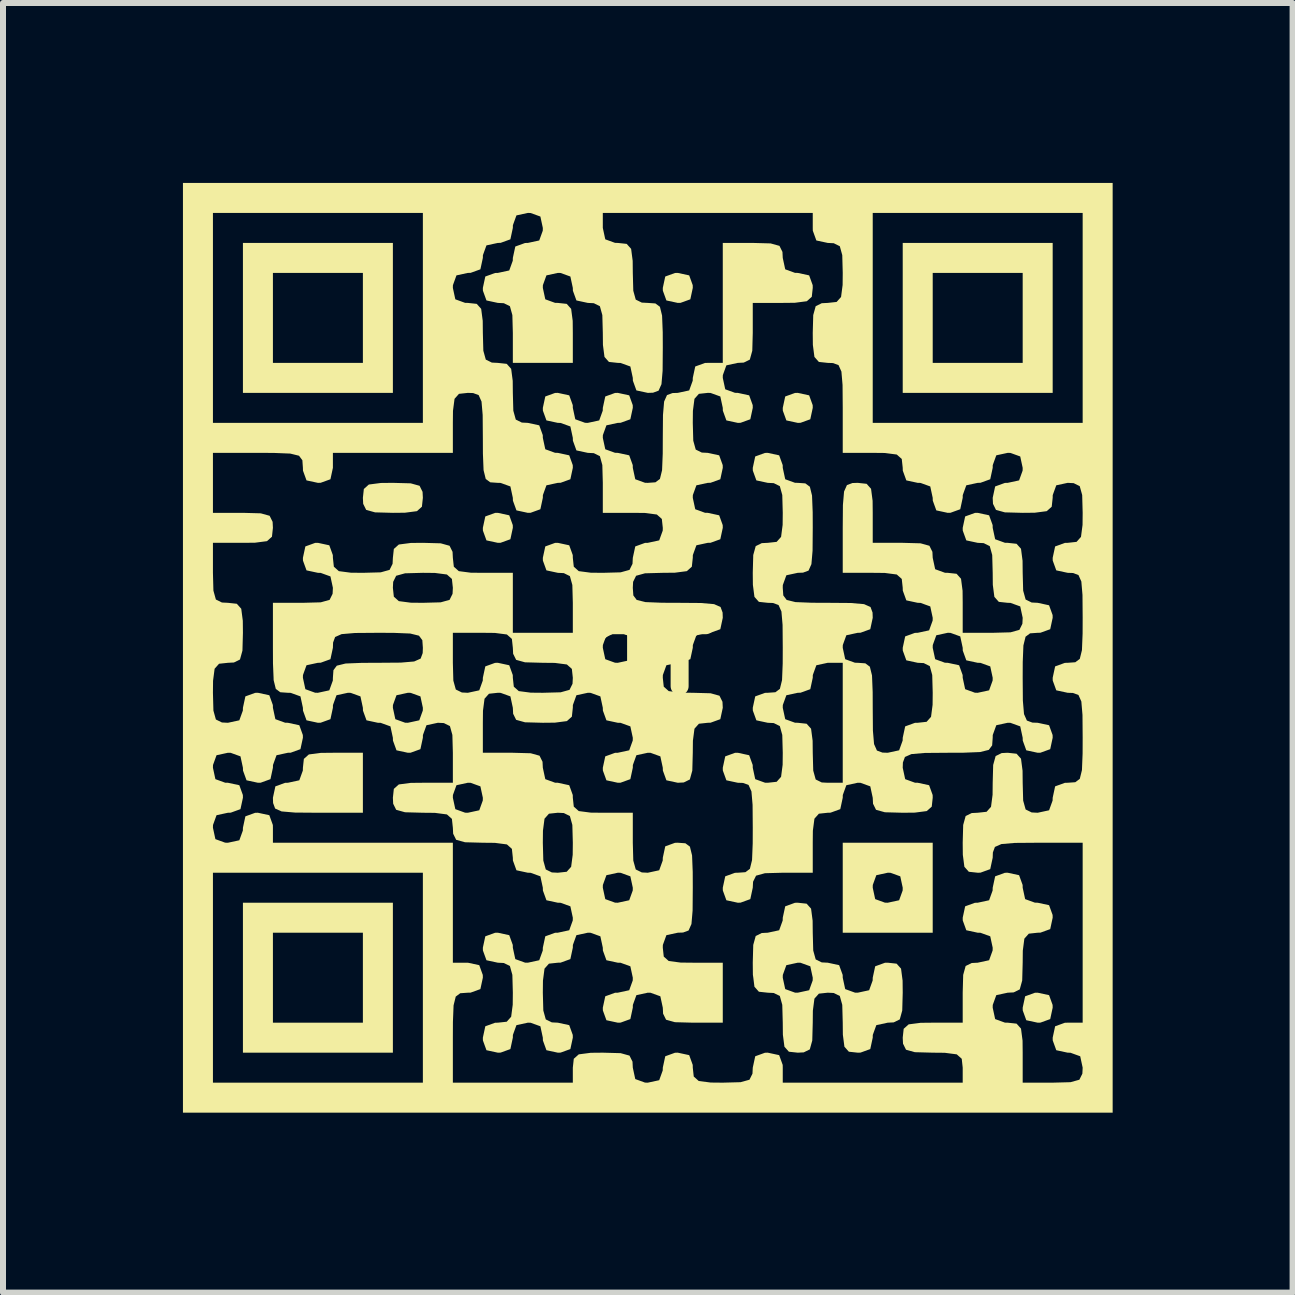
<source format=kicad_pcb>
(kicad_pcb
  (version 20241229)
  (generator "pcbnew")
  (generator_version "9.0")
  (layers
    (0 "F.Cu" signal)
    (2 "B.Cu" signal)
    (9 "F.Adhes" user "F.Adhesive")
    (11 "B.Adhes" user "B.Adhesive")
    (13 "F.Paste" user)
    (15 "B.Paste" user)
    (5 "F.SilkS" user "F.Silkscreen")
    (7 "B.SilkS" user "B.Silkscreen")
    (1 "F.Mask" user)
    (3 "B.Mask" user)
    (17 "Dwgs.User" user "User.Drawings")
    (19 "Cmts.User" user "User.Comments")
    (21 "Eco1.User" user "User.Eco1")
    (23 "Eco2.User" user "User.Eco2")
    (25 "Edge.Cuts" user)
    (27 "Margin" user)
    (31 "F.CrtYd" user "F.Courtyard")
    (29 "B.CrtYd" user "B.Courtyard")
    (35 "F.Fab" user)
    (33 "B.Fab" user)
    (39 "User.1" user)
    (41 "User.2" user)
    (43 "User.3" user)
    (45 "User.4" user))
  (footprint "qr"
    (layer "F.Cu")
    (at 7.7 7.7)
    (property "Reference" "qr" (at 0 0 0) (layer "F.SilkS") (effects (font (size 1.524 1.524) (thickness 0.3))))
    (attr board_only exclude_from_pos_files exclude_from_bom)
    (fp_poly (pts (xy -4.2 -4.2) (xy -6.7 -4.2) (xy -6.7 -4.7) (xy -6.2 -4.7) (xy -4.7 -4.7) (xy -4.7 -6.2) (xy -6.2 -6.2) (xy -6.2 -4.7) (xy -6.7 -4.7) (xy -6.7 -6.7) (xy -4.2 -6.7)) (stroke (width 0) (type solid)) (fill yes) (layer "F.SilkS"))
    (fp_poly (pts (xy -4.2 6.8) (xy -6.7 6.8) (xy -6.7 6.3) (xy -6.2 6.3) (xy -4.7 6.3) (xy -4.7 4.8) (xy -6.2 4.8) (xy -6.2 6.3) (xy -6.7 6.3) (xy -6.7 4.3) (xy -4.2 4.3)) (stroke (width 0) (type solid)) (fill yes) (layer "F.SilkS"))
    (fp_poly (pts (xy 6.8 -4.2) (xy 4.3 -4.2) (xy 4.3 -4.7) (xy 4.8 -4.7) (xy 6.3 -4.7) (xy 6.3 -6.2) (xy 4.8 -6.2) (xy 4.8 -4.7) (xy 4.3 -4.7) (xy 4.3 -6.7) (xy 6.8 -6.7)) (stroke (width 0) (type solid)) (fill yes) (layer "F.SilkS"))
    (fp_poly (pts (xy -2.26 -2.159) (xy -2.201 -1.996) (xy -2.2 -1.95) (xy -2.241 -1.76) (xy -2.404 -1.701) (xy -2.45 -1.7) (xy -2.64 -1.741) (xy -2.699 -1.904) (xy -2.7 -1.95) (xy -2.659 -2.14) (xy -2.496 -2.199) (xy -2.45 -2.2)) (stroke (width 0) (type solid)) (fill yes) (layer "F.SilkS"))
    (fp_poly (pts (xy 0.74 -6.159) (xy 0.799 -5.996) (xy 0.8 -5.95) (xy 0.759 -5.76) (xy 0.596 -5.701) (xy 0.55 -5.7) (xy 0.36 -5.741) (xy 0.301 -5.904) (xy 0.3 -5.95) (xy 0.341 -6.14) (xy 0.504 -6.199) (xy 0.55 -6.2)) (stroke (width 0) (type solid)) (fill yes) (layer "F.SilkS"))
    (fp_poly (pts (xy 2.74 -4.159) (xy 2.799 -3.996) (xy 2.8 -3.95) (xy 2.759 -3.76) (xy 2.596 -3.701) (xy 2.55 -3.7) (xy 2.36 -3.741) (xy 2.301 -3.904) (xy 2.3 -3.95) (xy 2.341 -4.14) (xy 2.504 -4.199) (xy 2.55 -4.2)) (stroke (width 0) (type solid)) (fill yes) (layer "F.SilkS"))
    (fp_poly (pts (xy 6.74 5.841) (xy 6.799 6.004) (xy 6.8 6.05) (xy 6.759 6.24) (xy 6.596 6.299) (xy 6.55 6.3) (xy 6.36 6.259) (xy 6.301 6.096) (xy 6.3 6.05) (xy 6.341 5.86) (xy 6.504 5.801) (xy 6.55 5.8)) (stroke (width 0) (type solid)) (fill yes) (layer "F.SilkS"))
    (fp_poly (pts (xy -3.903 -2.692) (xy -3.755 -2.651) (xy -3.705 -2.55) (xy -3.7 -2.45) (xy -3.716 -2.302) (xy -3.799 -2.228) (xy -3.999 -2.202) (xy -4.2 -2.2) (xy -4.497 -2.208) (xy -4.645 -2.249) (xy -4.695 -2.35) (xy -4.7 -2.45) (xy -4.684 -2.598) (xy -4.601 -2.672) (xy -4.401 -2.698) (xy -4.2 -2.7)) (stroke (width 0) (type solid)) (fill yes) (layer "F.SilkS"))
    (fp_poly (pts (xy -4.7 2.8) (xy -5.45 2.8) (xy -5.831 2.797) (xy -6.055 2.778) (xy -6.163 2.73) (xy -6.197 2.638) (xy -6.2 2.55) (xy -6.159 2.36) (xy -5.996 2.301) (xy -5.95 2.3) (xy -5.76 2.259) (xy -5.701 2.096) (xy -5.7 2.05) (xy -5.684 1.902) (xy -5.601 1.828) (xy -5.401 1.802) (xy -5.2 1.8) (xy -4.7 1.8)) (stroke (width 0) (type solid)) (fill yes) (layer "F.SilkS"))
    (fp_poly (pts (xy 4.8 4.8) (xy 3.3 4.8) (xy 3.3 4.05) (xy 3.8 4.05) (xy 3.841 4.24) (xy 4.004 4.299) (xy 4.05 4.3) (xy 4.24 4.259) (xy 4.299 4.096) (xy 4.3 4.05) (xy 4.259 3.86) (xy 4.096 3.801) (xy 4.05 3.8) (xy 3.86 3.841) (xy 3.801 4.004) (xy 3.8 4.05) (xy 3.3 4.05) (xy 3.3 3.3) (xy 4.8 3.3)) (stroke (width 0) (type solid)) (fill yes) (layer "F.SilkS"))
    (fp_poly (pts (xy 2.698 4.316) (xy 2.772 4.399) (xy 2.798 4.599) (xy 2.8 4.8) (xy 2.808 5.097) (xy 2.849 5.245) (xy 2.95 5.295) (xy 3.05 5.3) (xy 3.24 5.341) (xy 3.299 5.504) (xy 3.3 5.55) (xy 3.341 5.74) (xy 3.504 5.799) (xy 3.55 5.8) (xy 3.74 5.759) (xy 3.799 5.596) (xy 3.8 5.55) (xy 3.841 5.36) (xy 4.004 5.301) (xy 4.05 5.3) (xy 4.198 5.316) (xy 4.272 5.399) (xy 4.298 5.599) (xy 4.3 5.8) (xy 4.292 6.097) (xy 4.251 6.245) (xy 4.15 6.295) (xy 4.05 6.3) (xy 3.86 6.341) (xy 3.801 6.504) (xy 3.8 6.55) (xy 3.759 6.74) (xy 3.596 6.799) (xy 3.55 6.8) (xy 3.402 6.784) (xy 3.328 6.701) (xy 3.302 6.501) (xy 3.3 6.3) (xy 3.292 6.003) (xy 3.251 5.855) (xy 3.15 5.805) (xy 3.05 5.8) (xy 2.902 5.816) (xy 2.828 5.899) (xy 2.802 6.099) (xy 2.8 6.3) (xy 2.792 6.597) (xy 2.751 6.745) (xy 2.65 6.795) (xy 2.55 6.8) (xy 2.402 6.784) (xy 2.328 6.701) (xy 2.302 6.501) (xy 2.3 6.3) (xy 2.292 6.003) (xy 2.251 5.855) (xy 2.15 5.805) (xy 2.05 5.8) (xy 1.902 5.784) (xy 1.828 5.701) (xy 1.809 5.55) (xy 2.3 5.55) (xy 2.341 5.74) (xy 2.504 5.799) (xy 2.55 5.8) (xy 2.74 5.759) (xy 2.799 5.596) (xy 2.8 5.55) (xy 2.759 5.36) (xy 2.596 5.301) (xy 2.55 5.3) (xy 2.36 5.341) (xy 2.301 5.504) (xy 2.3 5.55) (xy 1.809 5.55) (xy 1.802 5.501) (xy 1.8 5.3) (xy 1.808 5.003) (xy 1.849 4.855) (xy 1.95 4.805) (xy 2.05 4.8) (xy 2.24 4.759) (xy 2.299 4.596) (xy 2.3 4.55) (xy 2.341 4.36) (xy 2.504 4.301) (xy 2.55 4.3)) (stroke (width 0) (type solid)) (fill yes) (layer "F.SilkS"))
    (fp_poly (pts (xy 2.24 -3.159) (xy 2.299 -2.996) (xy 2.3 -2.95) (xy 2.341 -2.76) (xy 2.504 -2.701) (xy 2.55 -2.7) (xy 2.677 -2.691) (xy 2.752 -2.635) (xy 2.788 -2.489) (xy 2.799 -2.213) (xy 2.8 -1.95) (xy 2.797 -1.569) (xy 2.778 -1.345) (xy 2.73 -1.237) (xy 2.638 -1.203) (xy 2.55 -1.2) (xy 2.36 -1.159) (xy 2.301 -0.996) (xy 2.3 -0.95) (xy 2.309 -0.823) (xy 2.365 -0.748) (xy 2.511 -0.712) (xy 2.787 -0.701) (xy 3.05 -0.7) (xy 3.431 -0.697) (xy 3.655 -0.678) (xy 3.763 -0.63) (xy 3.797 -0.538) (xy 3.8 -0.45) (xy 3.759 -0.26) (xy 3.596 -0.201) (xy 3.55 -0.2) (xy 3.36 -0.159) (xy 3.301 0.004) (xy 3.3 0.05) (xy 3.341 0.24) (xy 3.504 0.299) (xy 3.55 0.3) (xy 3.677 0.309) (xy 3.752 0.365) (xy 3.788 0.511) (xy 3.799 0.787) (xy 3.8 1.05) (xy 3.803 1.431) (xy 3.822 1.655) (xy 3.87 1.763) (xy 3.962 1.797) (xy 4.05 1.8) (xy 4.24 1.759) (xy 4.299 1.596) (xy 4.3 1.55) (xy 4.341 1.36) (xy 4.504 1.301) (xy 4.55 1.3) (xy 4.698 1.284) (xy 4.772 1.201) (xy 4.798 1.001) (xy 4.8 0.8) (xy 4.792 0.503) (xy 4.751 0.355) (xy 4.65 0.305) (xy 4.55 0.3) (xy 4.36 0.259) (xy 4.301 0.096) (xy 4.3 0.05) (xy 4.8 0.05) (xy 4.841 0.24) (xy 5.004 0.299) (xy 5.05 0.3) (xy 5.24 0.341) (xy 5.299 0.504) (xy 5.3 0.55) (xy 5.341 0.74) (xy 5.504 0.799) (xy 5.55 0.8) (xy 5.74 0.759) (xy 5.799 0.596) (xy 5.8 0.55) (xy 5.759 0.36) (xy 5.596 0.301) (xy 5.55 0.3) (xy 5.36 0.259) (xy 5.301 0.096) (xy 5.3 0.05) (xy 5.259 -0.14) (xy 5.096 -0.199) (xy 5.05 -0.2) (xy 4.86 -0.159) (xy 4.801 0.004) (xy 4.8 0.05) (xy 4.3 0.05) (xy 4.341 -0.14) (xy 4.504 -0.199) (xy 4.55 -0.2) (xy 4.74 -0.241) (xy 4.799 -0.404) (xy 4.8 -0.45) (xy 4.759 -0.64) (xy 4.596 -0.699) (xy 4.55 -0.7) (xy 4.36 -0.741) (xy 4.301 -0.904) (xy 4.3 -0.95) (xy 4.284 -1.098) (xy 4.201 -1.172) (xy 4.001 -1.198) (xy 3.8 -1.2) (xy 3.3 -1.2) (xy 3.3 -1.95) (xy 3.303 -2.331) (xy 3.322 -2.555) (xy 3.37 -2.663) (xy 3.462 -2.697) (xy 3.55 -2.7) (xy 3.698 -2.684) (xy 3.772 -2.601) (xy 3.798 -2.401) (xy 3.8 -2.2) (xy 3.8 -1.7) (xy 4.3 -1.7) (xy 4.597 -1.692) (xy 4.745 -1.651) (xy 4.795 -1.55) (xy 4.8 -1.45) (xy 4.841 -1.26) (xy 5.004 -1.201) (xy 5.05 -1.2) (xy 5.198 -1.184) (xy 5.272 -1.101) (xy 5.298 -0.901) (xy 5.3 -0.7) (xy 5.3 -0.2) (xy 5.8 -0.2) (xy 6.097 -0.208) (xy 6.245 -0.249) (xy 6.295 -0.35) (xy 6.3 -0.45) (xy 6.259 -0.64) (xy 6.096 -0.699) (xy 6.05 -0.7) (xy 5.902 -0.716) (xy 5.828 -0.799) (xy 5.802 -0.999) (xy 5.8 -1.2) (xy 5.792 -1.497) (xy 5.751 -1.645) (xy 5.65 -1.695) (xy 5.55 -1.7) (xy 5.36 -1.741) (xy 5.301 -1.904) (xy 5.3 -1.95) (xy 5.341 -2.14) (xy 5.504 -2.199) (xy 5.55 -2.2) (xy 5.74 -2.159) (xy 5.799 -1.996) (xy 5.8 -1.95) (xy 5.841 -1.76) (xy 6.004 -1.701) (xy 6.05 -1.7) (xy 6.198 -1.684) (xy 6.272 -1.601) (xy 6.298 -1.401) (xy 6.3 -1.2) (xy 6.308 -0.903) (xy 6.349 -0.755) (xy 6.45 -0.705) (xy 6.55 -0.7) (xy 6.74 -0.659) (xy 6.799 -0.496) (xy 6.8 -0.45) (xy 6.759 -0.26) (xy 6.596 -0.201) (xy 6.55 -0.2) (xy 6.423 -0.191) (xy 6.348 -0.135) (xy 6.312 0.011) (xy 6.301 0.287) (xy 6.3 0.55) (xy 6.303 0.931) (xy 6.322 1.155) (xy 6.37 1.263) (xy 6.462 1.297) (xy 6.55 1.3) (xy 6.74 1.341) (xy 6.799 1.504) (xy 6.8 1.55) (xy 6.759 1.74) (xy 6.596 1.799) (xy 6.55 1.8) (xy 6.36 1.759) (xy 6.301 1.596) (xy 6.3 1.55) (xy 6.259 1.36) (xy 6.096 1.301) (xy 6.05 1.3) (xy 5.86 1.341) (xy 5.801 1.504) (xy 5.8 1.55) (xy 5.791 1.677) (xy 5.735 1.752) (xy 5.589 1.788) (xy 5.313 1.799) (xy 5.05 1.8) (xy 4.669 1.803) (xy 4.445 1.822) (xy 4.337 1.87) (xy 4.303 1.962) (xy 4.3 2.05) (xy 4.341 2.24) (xy 4.504 2.299) (xy 4.55 2.3) (xy 4.74 2.341) (xy 4.799 2.504) (xy 4.8 2.55) (xy 4.784 2.698) (xy 4.701 2.772) (xy 4.501 2.798) (xy 4.3 2.8) (xy 4.003 2.792) (xy 3.855 2.751) (xy 3.805 2.65) (xy 3.8 2.55) (xy 3.759 2.36) (xy 3.596 2.301) (xy 3.55 2.3) (xy 3.36 2.341) (xy 3.301 2.504) (xy 3.3 2.55) (xy 3.259 2.74) (xy 3.096 2.799) (xy 3.05 2.8) (xy 2.902 2.816) (xy 2.828 2.899) (xy 2.802 3.099) (xy 2.8 3.3) (xy 2.8 3.8) (xy 2.3 3.8) (xy 2.003 3.808) (xy 1.855 3.849) (xy 1.805 3.95) (xy 1.8 4.05) (xy 1.759 4.24) (xy 1.596 4.299) (xy 1.55 4.3) (xy 1.36 4.259) (xy 1.301 4.096) (xy 1.3 4.05) (xy 1.341 3.86) (xy 1.504 3.801) (xy 1.55 3.8) (xy 1.677 3.791) (xy 1.752 3.735) (xy 1.788 3.589) (xy 1.799 3.313) (xy 1.8 3.05) (xy 1.797 2.669) (xy 1.778 2.445) (xy 1.73 2.337) (xy 1.638 2.303) (xy 1.55 2.3) (xy 1.36 2.259) (xy 1.301 2.096) (xy 1.3 2.05) (xy 1.341 1.86) (xy 1.504 1.801) (xy 1.55 1.8) (xy 1.74 1.841) (xy 1.799 2.004) (xy 1.8 2.05) (xy 1.841 2.24) (xy 2.004 2.299) (xy 2.05 2.3) (xy 2.198 2.284) (xy 2.272 2.201) (xy 2.298 2.001) (xy 2.3 1.8) (xy 2.292 1.503) (xy 2.251 1.355) (xy 2.15 1.305) (xy 2.05 1.3) (xy 1.86 1.259) (xy 1.801 1.096) (xy 1.8 1.05) (xy 2.3 1.05) (xy 2.341 1.24) (xy 2.504 1.299) (xy 2.55 1.3) (xy 2.698 1.316) (xy 2.772 1.399) (xy 2.798 1.599) (xy 2.8 1.8) (xy 2.808 2.097) (xy 2.849 2.245) (xy 2.95 2.295) (xy 3.05 2.3) (xy 3.3 2.3) (xy 3.3 0.3) (xy 3.05 0.3) (xy 2.86 0.341) (xy 2.801 0.504) (xy 2.8 0.55) (xy 2.759 0.74) (xy 2.596 0.799) (xy 2.55 0.8) (xy 2.36 0.841) (xy 2.301 1.004) (xy 2.3 1.05) (xy 1.8 1.05) (xy 1.841 0.86) (xy 2.004 0.801) (xy 2.05 0.8) (xy 2.177 0.791) (xy 2.252 0.735) (xy 2.288 0.589) (xy 2.299 0.313) (xy 2.3 0.05) (xy 2.297 -0.331) (xy 2.278 -0.555) (xy 2.23 -0.663) (xy 2.138 -0.697) (xy 2.05 -0.7) (xy 1.902 -0.716) (xy 1.828 -0.799) (xy 1.802 -0.999) (xy 1.8 -1.2) (xy 1.808 -1.497) (xy 1.849 -1.645) (xy 1.95 -1.695) (xy 2.05 -1.7) (xy 2.198 -1.716) (xy 2.272 -1.799) (xy 2.298 -1.999) (xy 2.3 -2.2) (xy 2.292 -2.497) (xy 2.251 -2.645) (xy 2.15 -2.695) (xy 2.05 -2.7) (xy 1.86 -2.741) (xy 1.801 -2.904) (xy 1.8 -2.95) (xy 1.841 -3.14) (xy 2.004 -3.199) (xy 2.05 -3.2)) (stroke (width 0) (type solid)) (fill yes) (layer "F.SilkS"))
    (fp_poly (pts (xy 7.8 7.8) (xy -7.7 7.8) (xy -7.7 7.3) (xy -7.2 7.3) (xy -3.7 7.3) (xy -3.7 3.8) (xy -7.2 3.8) (xy -7.2 7.3) (xy -7.7 7.3) (xy -7.7 3.05) (xy -7.2 3.05) (xy -7.159 3.24) (xy -6.996 3.299) (xy -6.95 3.3) (xy -6.76 3.259) (xy -6.701 3.096) (xy -6.7 3.05) (xy -6.659 2.86) (xy -6.496 2.801) (xy -6.45 2.8) (xy -6.26 2.841) (xy -6.201 3.004) (xy -6.2 3.05) (xy -6.2 3.3) (xy -3.2 3.3) (xy -3.2 5.3) (xy -2.95 5.3) (xy -2.76 5.341) (xy -2.701 5.504) (xy -2.7 5.55) (xy -2.741 5.74) (xy -2.904 5.799) (xy -2.95 5.8) (xy -3.077 5.809) (xy -3.152 5.865) (xy -3.188 6.011) (xy -3.199 6.287) (xy -3.2 6.55) (xy -3.2 7.3) (xy -1.2 7.3) (xy -1.2 7.05) (xy -1.184 6.902) (xy -1.101 6.828) (xy -0.901 6.802) (xy -0.7 6.8) (xy -0.403 6.808) (xy -0.255 6.849) (xy -0.205 6.95) (xy -0.2 7.05) (xy -0.159 7.24) (xy 0.004 7.299) (xy 0.05 7.3) (xy 0.24 7.259) (xy 0.299 7.096) (xy 0.3 7.05) (xy 0.341 6.86) (xy 0.504 6.801) (xy 0.55 6.8) (xy 0.74 6.841) (xy 0.799 7.004) (xy 0.8 7.05) (xy 0.816 7.198) (xy 0.899 7.272) (xy 1.099 7.298) (xy 1.3 7.3) (xy 1.597 7.292) (xy 1.745 7.251) (xy 1.795 7.15) (xy 1.8 7.05) (xy 1.841 6.86) (xy 2.004 6.801) (xy 2.05 6.8) (xy 2.24 6.841) (xy 2.299 7.004) (xy 2.3 7.05) (xy 2.3 7.3) (xy 5.3 7.3) (xy 5.3 7.05) (xy 5.284 6.902) (xy 5.201 6.828) (xy 5.001 6.802) (xy 4.8 6.8) (xy 4.503 6.792) (xy 4.355 6.751) (xy 4.305 6.65) (xy 4.3 6.55) (xy 4.316 6.402) (xy 4.399 6.328) (xy 4.599 6.302) (xy 4.8 6.3) (xy 5.3 6.3) (xy 5.3 5.8) (xy 5.308 5.503) (xy 5.349 5.355) (xy 5.45 5.305) (xy 5.55 5.3) (xy 5.74 5.259) (xy 5.799 5.096) (xy 5.8 5.05) (xy 5.759 4.86) (xy 5.596 4.801) (xy 5.55 4.8) (xy 5.36 4.759) (xy 5.301 4.596) (xy 5.3 4.55) (xy 5.341 4.36) (xy 5.504 4.301) (xy 5.55 4.3) (xy 5.74 4.259) (xy 5.799 4.096) (xy 5.8 4.05) (xy 5.841 3.86) (xy 6.004 3.801) (xy 6.05 3.8) (xy 6.24 3.841) (xy 6.299 4.004) (xy 6.3 4.05) (xy 6.341 4.24) (xy 6.504 4.299) (xy 6.55 4.3) (xy 6.74 4.341) (xy 6.799 4.504) (xy 6.8 4.55) (xy 6.759 4.74) (xy 6.596 4.799) (xy 6.55 4.8) (xy 6.402 4.816) (xy 6.328 4.899) (xy 6.302 5.099) (xy 6.3 5.3) (xy 6.292 5.597) (xy 6.251 5.745) (xy 6.15 5.795) (xy 6.05 5.8) (xy 5.86 5.841) (xy 5.801 6.004) (xy 5.8 6.05) (xy 5.841 6.24) (xy 6.004 6.299) (xy 6.05 6.3) (xy 6.198 6.316) (xy 6.272 6.399) (xy 6.298 6.599) (xy 6.3 6.8) (xy 6.3 7.3) (xy 6.8 7.3) (xy 7.097 7.292) (xy 7.245 7.251) (xy 7.295 7.15) (xy 7.3 7.05) (xy 7.259 6.86) (xy 7.096 6.801) (xy 7.05 6.8) (xy 6.86 6.759) (xy 6.801 6.596) (xy 6.8 6.55) (xy 6.841 6.36) (xy 7.004 6.301) (xy 7.05 6.3) (xy 7.3 6.3) (xy 7.3 3.3) (xy 6.55 3.3) (xy 6.169 3.303) (xy 5.945 3.322) (xy 5.837 3.37) (xy 5.803 3.462) (xy 5.8 3.55) (xy 5.759 3.74) (xy 5.596 3.799) (xy 5.55 3.8) (xy 5.402 3.784) (xy 5.328 3.701) (xy 5.302 3.501) (xy 5.3 3.3) (xy 5.308 3.003) (xy 5.349 2.855) (xy 5.45 2.805) (xy 5.55 2.8) (xy 5.698 2.784) (xy 5.772 2.701) (xy 5.798 2.501) (xy 5.8 2.3) (xy 5.808 2.003) (xy 5.849 1.855) (xy 5.95 1.805) (xy 6.05 1.8) (xy 6.198 1.816) (xy 6.272 1.899) (xy 6.298 2.099) (xy 6.3 2.3) (xy 6.308 2.597) (xy 6.349 2.745) (xy 6.45 2.795) (xy 6.55 2.8) (xy 6.74 2.759) (xy 6.799 2.596) (xy 6.8 2.55) (xy 6.841 2.36) (xy 7.004 2.301) (xy 7.05 2.3) (xy 7.177 2.291) (xy 7.252 2.235) (xy 7.288 2.089) (xy 7.299 1.813) (xy 7.3 1.55) (xy 7.297 1.169) (xy 7.278 0.945) (xy 7.23 0.837) (xy 7.138 0.803) (xy 7.05 0.8) (xy 6.86 0.759) (xy 6.801 0.596) (xy 6.8 0.55) (xy 6.841 0.36) (xy 7.004 0.301) (xy 7.05 0.3) (xy 7.177 0.291) (xy 7.252 0.235) (xy 7.288 0.089) (xy 7.299 -0.187) (xy 7.3 -0.45) (xy 7.297 -0.831) (xy 7.278 -1.055) (xy 7.23 -1.163) (xy 7.138 -1.197) (xy 7.05 -1.2) (xy 6.86 -1.241) (xy 6.801 -1.404) (xy 6.8 -1.45) (xy 6.841 -1.64) (xy 7.004 -1.699) (xy 7.05 -1.7) (xy 7.198 -1.716) (xy 7.272 -1.799) (xy 7.298 -1.999) (xy 7.3 -2.2) (xy 7.292 -2.497) (xy 7.251 -2.645) (xy 7.15 -2.695) (xy 7.05 -2.7) (xy 6.86 -2.659) (xy 6.801 -2.496) (xy 6.8 -2.45) (xy 6.784 -2.302) (xy 6.701 -2.228) (xy 6.501 -2.202) (xy 6.3 -2.2) (xy 6.003 -2.208) (xy 5.855 -2.249) (xy 5.805 -2.35) (xy 5.8 -2.45) (xy 5.841 -2.64) (xy 6.004 -2.699) (xy 6.05 -2.7) (xy 6.24 -2.741) (xy 6.299 -2.904) (xy 6.3 -2.95) (xy 6.259 -3.14) (xy 6.096 -3.199) (xy 6.05 -3.2) (xy 5.86 -3.159) (xy 5.801 -2.996) (xy 5.8 -2.95) (xy 5.759 -2.76) (xy 5.596 -2.701) (xy 5.55 -2.7) (xy 5.36 -2.659) (xy 5.301 -2.496) (xy 5.3 -2.45) (xy 5.259 -2.26) (xy 5.096 -2.201) (xy 5.05 -2.2) (xy 4.86 -2.241) (xy 4.801 -2.404) (xy 4.8 -2.45) (xy 4.759 -2.64) (xy 4.596 -2.699) (xy 4.55 -2.7) (xy 4.36 -2.741) (xy 4.301 -2.904) (xy 4.3 -2.95) (xy 4.284 -3.098) (xy 4.201 -3.172) (xy 4.001 -3.198) (xy 3.8 -3.2) (xy 3.3 -3.2) (xy 3.3 -3.7) (xy 3.8 -3.7) (xy 7.3 -3.7) (xy 7.3 -7.2) (xy 3.8 -7.2) (xy 3.8 -3.7) (xy 3.3 -3.7) (xy 3.3 -3.95) (xy 3.297 -4.331) (xy 3.278 -4.555) (xy 3.23 -4.663) (xy 3.138 -4.697) (xy 3.05 -4.7) (xy 2.902 -4.716) (xy 2.828 -4.799) (xy 2.802 -4.999) (xy 2.8 -5.2) (xy 2.808 -5.497) (xy 2.849 -5.645) (xy 2.95 -5.695) (xy 3.05 -5.7) (xy 3.198 -5.716) (xy 3.272 -5.799) (xy 3.298 -5.999) (xy 3.3 -6.2) (xy 3.292 -6.497) (xy 3.251 -6.645) (xy 3.15 -6.695) (xy 3.05 -6.7) (xy 2.86 -6.741) (xy 2.801 -6.904) (xy 2.8 -6.95) (xy 2.8 -7.2) (xy -0.7 -7.2) (xy -0.7 -6.95) (xy -0.659 -6.76) (xy -0.496 -6.701) (xy -0.45 -6.7) (xy -0.302 -6.684) (xy -0.228 -6.601) (xy -0.202 -6.401) (xy -0.2 -6.2) (xy -0.192 -5.903) (xy -0.151 -5.755) (xy -0.05 -5.705) (xy 0.05 -5.7) (xy 0.177 -5.691) (xy 0.252 -5.635) (xy 0.288 -5.489) (xy 0.299 -5.213) (xy 0.3 -4.95) (xy 0.297 -4.569) (xy 0.278 -4.345) (xy 0.23 -4.237) (xy 0.138 -4.203) (xy 0.05 -4.2) (xy -0.14 -4.241) (xy -0.199 -4.404) (xy -0.2 -4.45) (xy -0.241 -4.64) (xy -0.404 -4.699) (xy -0.45 -4.7) (xy -0.598 -4.716) (xy -0.672 -4.799) (xy -0.698 -4.999) (xy -0.7 -5.2) (xy -0.708 -5.497) (xy -0.749 -5.645) (xy -0.85 -5.695) (xy -0.95 -5.7) (xy -1.14 -5.741) (xy -1.199 -5.904) (xy -1.2 -5.95) (xy -1.241 -6.14) (xy -1.404 -6.199) (xy -1.45 -6.2) (xy -1.64 -6.159) (xy -1.699 -5.996) (xy -1.7 -5.95) (xy -1.659 -5.76) (xy -1.496 -5.701) (xy -1.45 -5.7) (xy -1.302 -5.684) (xy -1.228 -5.601) (xy -1.202 -5.401) (xy -1.2 -5.2) (xy -1.2 -4.7) (xy -2.2 -4.7) (xy -2.2 -5.2) (xy -2.208 -5.497) (xy -2.249 -5.645) (xy -2.35 -5.695) (xy -2.45 -5.7) (xy -2.64 -5.741) (xy -2.699 -5.904) (xy -2.7 -5.95) (xy -2.659 -6.14) (xy -2.496 -6.199) (xy -2.45 -6.2) (xy -2.26 -6.241) (xy -2.201 -6.404) (xy -2.2 -6.45) (xy -2.159 -6.64) (xy -1.996 -6.699) (xy -1.95 -6.7) (xy -1.76 -6.741) (xy -1.701 -6.904) (xy -1.7 -6.95) (xy -1.741 -7.14) (xy -1.904 -7.199) (xy -1.95 -7.2) (xy -2.14 -7.159) (xy -2.199 -6.996) (xy -2.2 -6.95) (xy -2.241 -6.76) (xy -2.404 -6.701) (xy -2.45 -6.7) (xy -2.64 -6.659) (xy -2.699 -6.496) (xy -2.7 -6.45) (xy -2.741 -6.26) (xy -2.904 -6.201) (xy -2.95 -6.2) (xy -3.14 -6.159) (xy -3.199 -5.996) (xy -3.2 -5.95) (xy -3.159 -5.76) (xy -2.996 -5.701) (xy -2.95 -5.7) (xy -2.802 -5.684) (xy -2.728 -5.601) (xy -2.702 -5.401) (xy -2.7 -5.2) (xy -2.692 -4.903) (xy -2.651 -4.755) (xy -2.55 -4.705) (xy -2.45 -4.7) (xy -2.302 -4.684) (xy -2.228 -4.601) (xy -2.202 -4.401) (xy -2.2 -4.2) (xy -2.192 -3.903) (xy -2.151 -3.755) (xy -2.05 -3.705) (xy -1.95 -3.7) (xy -1.76 -3.659) (xy -1.701 -3.496) (xy -1.7 -3.45) (xy -1.659 -3.26) (xy -1.496 -3.201) (xy -1.45 -3.2) (xy -1.26 -3.159) (xy -1.201 -2.996) (xy -1.2 -2.95) (xy -1.241 -2.76) (xy -1.404 -2.701) (xy -1.45 -2.7) (xy -1.64 -2.659) (xy -1.699 -2.496) (xy -1.7 -2.45) (xy -1.741 -2.26) (xy -1.904 -2.201) (xy -1.95 -2.2) (xy -2.14 -2.241) (xy -2.199 -2.404) (xy -2.2 -2.45) (xy -2.241 -2.64) (xy -2.404 -2.699) (xy -2.45 -2.7) (xy -2.577 -2.709) (xy -2.652 -2.765) (xy -2.688 -2.911) (xy -2.699 -3.187) (xy -2.7 -3.45) (xy -2.703 -3.831) (xy -2.722 -4.055) (xy -2.77 -4.163) (xy -2.862 -4.197) (xy -2.95 -4.2) (xy -3.098 -4.184) (xy -3.172 -4.101) (xy -3.198 -3.901) (xy -3.2 -3.7) (xy -3.2 -3.2) (xy -5.2 -3.2) (xy -5.2 -2.95) (xy -5.241 -2.76) (xy -5.404 -2.701) (xy -5.45 -2.7) (xy -5.64 -2.741) (xy -5.699 -2.904) (xy -5.7 -2.95) (xy -5.709 -3.077) (xy -5.765 -3.152) (xy -5.911 -3.188) (xy -6.187 -3.199) (xy -6.45 -3.2) (xy -7.2 -3.2) (xy -7.2 -2.2) (xy -6.7 -2.2) (xy -6.403 -2.192) (xy -6.255 -2.151) (xy -6.205 -2.05) (xy -6.2 -1.95) (xy -6.216 -1.802) (xy -6.299 -1.728) (xy -6.499 -1.702) (xy -6.7 -1.7) (xy -7.2 -1.7) (xy -7.2 -1.2) (xy -7.192 -0.903) (xy -7.151 -0.755) (xy -7.05 -0.705) (xy -6.95 -0.7) (xy -6.802 -0.684) (xy -6.728 -0.601) (xy -6.702 -0.401) (xy -6.7 -0.2) (xy -6.708 0.097) (xy -6.749 0.245) (xy -6.85 0.295) (xy -6.95 0.3) (xy -7.098 0.316) (xy -7.172 0.399) (xy -7.198 0.599) (xy -7.2 0.8) (xy -7.192 1.097) (xy -7.151 1.245) (xy -7.05 1.295) (xy -6.95 1.3) (xy -6.76 1.259) (xy -6.701 1.096) (xy -6.7 1.05) (xy -6.659 0.86) (xy -6.496 0.801) (xy -6.45 0.8) (xy -6.26 0.841) (xy -6.201 1.004) (xy -6.2 1.05) (xy -6.159 1.24) (xy -5.996 1.299) (xy -5.95 1.3) (xy -5.76 1.341) (xy -5.701 1.504) (xy -5.7 1.55) (xy -5.741 1.74) (xy -5.904 1.799) (xy -5.95 1.8) (xy -6.14 1.841) (xy -6.199 2.004) (xy -6.2 2.05) (xy -6.241 2.24) (xy -6.404 2.299) (xy -6.45 2.3) (xy -6.64 2.259) (xy -6.699 2.096) (xy -6.7 2.05) (xy -6.741 1.86) (xy -6.904 1.801) (xy -6.95 1.8) (xy -7.14 1.841) (xy -7.199 2.004) (xy -7.2 2.05) (xy -7.159 2.24) (xy -6.996 2.299) (xy -6.95 2.3) (xy -6.76 2.341) (xy -6.701 2.504) (xy -6.7 2.55) (xy -6.741 2.74) (xy -6.904 2.799) (xy -6.95 2.8) (xy -7.14 2.841) (xy -7.199 3.004) (xy -7.2 3.05) (xy -7.7 3.05) (xy -7.7 -3.7) (xy -7.2 -3.7) (xy -3.7 -3.7) (xy -3.7 -7.2) (xy -7.2 -7.2) (xy -7.2 -3.7) (xy -7.7 -3.7) (xy -7.7 -7.7) (xy 7.8 -7.7)) (stroke (width 0) (type solid)) (fill yes) (layer "F.SilkS"))
    (fp_poly (pts (xy 2.097 -6.692) (xy 2.245 -6.651) (xy 2.295 -6.55) (xy 2.3 -6.45) (xy 2.341 -6.26) (xy 2.504 -6.201) (xy 2.55 -6.2) (xy 2.74 -6.159) (xy 2.799 -5.996) (xy 2.8 -5.95) (xy 2.784 -5.802) (xy 2.701 -5.728) (xy 2.501 -5.702) (xy 2.3 -5.7) (xy 1.8 -5.7) (xy 1.8 -5.2) (xy 1.792 -4.903) (xy 1.751 -4.755) (xy 1.65 -4.705) (xy 1.55 -4.7) (xy 1.36 -4.659) (xy 1.301 -4.496) (xy 1.3 -4.45) (xy 1.341 -4.26) (xy 1.504 -4.201) (xy 1.55 -4.2) (xy 1.74 -4.159) (xy 1.799 -3.996) (xy 1.8 -3.95) (xy 1.759 -3.76) (xy 1.596 -3.701) (xy 1.55 -3.7) (xy 1.36 -3.741) (xy 1.301 -3.904) (xy 1.3 -3.95) (xy 1.259 -4.14) (xy 1.096 -4.199) (xy 1.05 -4.2) (xy 0.902 -4.184) (xy 0.828 -4.101) (xy 0.802 -3.901) (xy 0.8 -3.7) (xy 0.808 -3.403) (xy 0.849 -3.255) (xy 0.95 -3.205) (xy 1.05 -3.2) (xy 1.24 -3.159) (xy 1.299 -2.996) (xy 1.3 -2.95) (xy 1.259 -2.76) (xy 1.096 -2.701) (xy 1.05 -2.7) (xy 0.86 -2.659) (xy 0.801 -2.496) (xy 0.8 -2.45) (xy 0.841 -2.26) (xy 1.004 -2.201) (xy 1.05 -2.2) (xy 1.24 -2.159) (xy 1.299 -1.996) (xy 1.3 -1.95) (xy 1.259 -1.76) (xy 1.096 -1.701) (xy 1.05 -1.7) (xy 0.86 -1.659) (xy 0.801 -1.496) (xy 0.8 -1.45) (xy 0.784 -1.302) (xy 0.701 -1.228) (xy 0.501 -1.202) (xy 0.3 -1.2) (xy 0.003 -1.192) (xy -0.145 -1.151) (xy -0.195 -1.05) (xy -0.2 -0.95) (xy -0.191 -0.823) (xy -0.135 -0.748) (xy 0.011 -0.712) (xy 0.287 -0.701) (xy 0.55 -0.7) (xy 0.931 -0.697) (xy 1.155 -0.678) (xy 1.263 -0.63) (xy 1.297 -0.538) (xy 1.3 -0.45) (xy 1.259 -0.26) (xy 1.096 -0.201) (xy 1.05 -0.2) (xy 0.86 -0.159) (xy 0.801 0.004) (xy 0.8 0.05) (xy 0.759 0.24) (xy 0.596 0.299) (xy 0.55 0.3) (xy 0.36 0.341) (xy 0.301 0.504) (xy 0.3 0.55) (xy 0.316 0.698) (xy 0.399 0.772) (xy 0.599 0.798) (xy 0.8 0.8) (xy 1.097 0.808) (xy 1.245 0.849) (xy 1.295 0.95) (xy 1.3 1.05) (xy 1.259 1.24) (xy 1.096 1.299) (xy 1.05 1.3) (xy 0.902 1.316) (xy 0.828 1.399) (xy 0.802 1.599) (xy 0.8 1.8) (xy 0.792 2.097) (xy 0.751 2.245) (xy 0.65 2.295) (xy 0.55 2.3) (xy 0.36 2.259) (xy 0.301 2.096) (xy 0.3 2.05) (xy 0.259 1.86) (xy 0.096 1.801) (xy 0.05 1.8) (xy -0.14 1.841) (xy -0.199 2.004) (xy -0.2 2.05) (xy -0.241 2.24) (xy -0.404 2.299) (xy -0.45 2.3) (xy -0.64 2.259) (xy -0.699 2.096) (xy -0.7 2.05) (xy -0.659 1.86) (xy -0.496 1.801) (xy -0.45 1.8) (xy -0.26 1.759) (xy -0.201 1.596) (xy -0.2 1.55) (xy -0.241 1.36) (xy -0.404 1.301) (xy -0.45 1.3) (xy -0.64 1.259) (xy -0.699 1.096) (xy -0.7 1.05) (xy -0.741 0.86) (xy -0.904 0.801) (xy -0.95 0.8) (xy -1.14 0.841) (xy -1.199 1.004) (xy -1.2 1.05) (xy -1.216 1.198) (xy -1.299 1.272) (xy -1.499 1.298) (xy -1.7 1.3) (xy -1.997 1.292) (xy -2.145 1.251) (xy -2.195 1.15) (xy -2.2 1.05) (xy -2.241 0.86) (xy -2.404 0.801) (xy -2.45 0.8) (xy -2.598 0.816) (xy -2.672 0.899) (xy -2.698 1.099) (xy -2.7 1.3) (xy -2.7 1.8) (xy -2.2 1.8) (xy -1.903 1.808) (xy -1.755 1.849) (xy -1.705 1.95) (xy -1.7 2.05) (xy -1.659 2.24) (xy -1.496 2.299) (xy -1.45 2.3) (xy -1.26 2.341) (xy -1.201 2.504) (xy -1.2 2.55) (xy -1.184 2.698) (xy -1.101 2.772) (xy -0.901 2.798) (xy -0.7 2.8) (xy -0.2 2.8) (xy -0.2 3.3) (xy -0.192 3.597) (xy -0.151 3.745) (xy -0.05 3.795) (xy 0.05 3.8) (xy 0.24 3.759) (xy 0.299 3.596) (xy 0.3 3.55) (xy 0.341 3.36) (xy 0.504 3.301) (xy 0.55 3.3) (xy 0.677 3.309) (xy 0.752 3.365) (xy 0.788 3.511) (xy 0.799 3.787) (xy 0.8 4.05) (xy 0.797 4.431) (xy 0.778 4.655) (xy 0.73 4.763) (xy 0.638 4.797) (xy 0.55 4.8) (xy 0.36 4.841) (xy 0.301 5.004) (xy 0.3 5.05) (xy 0.316 5.198) (xy 0.399 5.272) (xy 0.599 5.298) (xy 0.8 5.3) (xy 1.3 5.3) (xy 1.3 6.3) (xy 0.8 6.3) (xy 0.503 6.292) (xy 0.355 6.251) (xy 0.305 6.15) (xy 0.3 6.05) (xy 0.259 5.86) (xy 0.096 5.801) (xy 0.05 5.8) (xy -0.14 5.841) (xy -0.199 6.004) (xy -0.2 6.05) (xy -0.241 6.24) (xy -0.404 6.299) (xy -0.45 6.3) (xy -0.64 6.259) (xy -0.699 6.096) (xy -0.7 6.05) (xy -0.659 5.86) (xy -0.496 5.801) (xy -0.45 5.8) (xy -0.26 5.759) (xy -0.201 5.596) (xy -0.2 5.55) (xy -0.241 5.36) (xy -0.404 5.301) (xy -0.45 5.3) (xy -0.64 5.259) (xy -0.699 5.096) (xy -0.7 5.05) (xy -0.741 4.86) (xy -0.904 4.801) (xy -0.95 4.8) (xy -1.14 4.841) (xy -1.199 5.004) (xy -1.2 5.05) (xy -1.241 5.24) (xy -1.404 5.299) (xy -1.45 5.3) (xy -1.598 5.316) (xy -1.672 5.399) (xy -1.698 5.599) (xy -1.7 5.8) (xy -1.692 6.097) (xy -1.651 6.245) (xy -1.55 6.295) (xy -1.45 6.3) (xy -1.26 6.341) (xy -1.201 6.504) (xy -1.2 6.55) (xy -1.241 6.74) (xy -1.404 6.799) (xy -1.45 6.8) (xy -1.64 6.759) (xy -1.699 6.596) (xy -1.7 6.55) (xy -1.741 6.36) (xy -1.904 6.301) (xy -1.95 6.3) (xy -2.14 6.341) (xy -2.199 6.504) (xy -2.2 6.55) (xy -2.241 6.74) (xy -2.404 6.799) (xy -2.45 6.8) (xy -2.64 6.759) (xy -2.699 6.596) (xy -2.7 6.55) (xy -2.659 6.36) (xy -2.496 6.301) (xy -2.45 6.3) (xy -2.302 6.284) (xy -2.228 6.201) (xy -2.202 6.001) (xy -2.2 5.8) (xy -2.208 5.503) (xy -2.249 5.355) (xy -2.35 5.305) (xy -2.45 5.3) (xy -2.64 5.259) (xy -2.699 5.096) (xy -2.7 5.05) (xy -2.659 4.86) (xy -2.496 4.801) (xy -2.45 4.8) (xy -2.26 4.841) (xy -2.201 5.004) (xy -2.2 5.05) (xy -2.159 5.24) (xy -1.996 5.299) (xy -1.95 5.3) (xy -1.76 5.259) (xy -1.701 5.096) (xy -1.7 5.05) (xy -1.659 4.86) (xy -1.496 4.801) (xy -1.45 4.8) (xy -1.26 4.759) (xy -1.201 4.596) (xy -1.2 4.55) (xy -1.241 4.36) (xy -1.404 4.301) (xy -1.45 4.3) (xy -1.64 4.259) (xy -1.699 4.096) (xy -1.7 4.05) (xy -0.7 4.05) (xy -0.659 4.24) (xy -0.496 4.299) (xy -0.45 4.3) (xy -0.26 4.259) (xy -0.201 4.096) (xy -0.2 4.05) (xy -0.241 3.86) (xy -0.404 3.801) (xy -0.45 3.8) (xy -0.64 3.841) (xy -0.699 4.004) (xy -0.7 4.05) (xy -1.7 4.05) (xy -1.741 3.86) (xy -1.904 3.801) (xy -1.95 3.8) (xy -2.14 3.759) (xy -2.199 3.596) (xy -2.2 3.55) (xy -2.216 3.402) (xy -2.299 3.328) (xy -2.499 3.302) (xy -2.7 3.3) (xy -1.7 3.3) (xy -1.692 3.597) (xy -1.651 3.745) (xy -1.55 3.795) (xy -1.45 3.8) (xy -1.302 3.784) (xy -1.228 3.701) (xy -1.202 3.501) (xy -1.2 3.3) (xy -1.208 3.003) (xy -1.249 2.855) (xy -1.35 2.805) (xy -1.45 2.8) (xy -1.598 2.816) (xy -1.672 2.899) (xy -1.698 3.099) (xy -1.7 3.3) (xy -2.7 3.3) (xy -2.997 3.292) (xy -3.145 3.251) (xy -3.195 3.15) (xy -3.2 3.05) (xy -3.216 2.902) (xy -3.299 2.828) (xy -3.499 2.802) (xy -3.7 2.8) (xy -3.997 2.792) (xy -4.145 2.751) (xy -4.195 2.65) (xy -4.2 2.55) (xy -3.2 2.55) (xy -3.159 2.74) (xy -2.996 2.799) (xy -2.95 2.8) (xy -2.76 2.759) (xy -2.701 2.596) (xy -2.7 2.55) (xy -2.741 2.36) (xy -2.904 2.301) (xy -2.95 2.3) (xy -3.14 2.341) (xy -3.199 2.504) (xy -3.2 2.55) (xy -4.2 2.55) (xy -4.184 2.402) (xy -4.101 2.328) (xy -3.901 2.302) (xy -3.7 2.3) (xy -3.2 2.3) (xy -3.2 1.8) (xy -3.208 1.503) (xy -3.249 1.355) (xy -3.35 1.305) (xy -3.45 1.3) (xy -3.64 1.341) (xy -3.699 1.504) (xy -3.7 1.55) (xy -3.741 1.74) (xy -3.904 1.799) (xy -3.95 1.8) (xy -4.14 1.759) (xy -4.199 1.596) (xy -4.2 1.55) (xy -4.241 1.36) (xy -4.404 1.301) (xy -4.45 1.3) (xy -4.64 1.259) (xy -4.699 1.096) (xy -4.7 1.05) (xy -4.2 1.05) (xy -4.159 1.24) (xy -3.996 1.299) (xy -3.95 1.3) (xy -3.76 1.259) (xy -3.701 1.096) (xy -3.7 1.05) (xy -3.741 0.86) (xy -3.904 0.801) (xy -3.95 0.8) (xy -4.14 0.841) (xy -4.199 1.004) (xy -4.2 1.05) (xy -4.7 1.05) (xy -4.741 0.86) (xy -4.904 0.801) (xy -4.95 0.8) (xy -5.14 0.841) (xy -5.199 1.004) (xy -5.2 1.05) (xy -5.241 1.24) (xy -5.404 1.299) (xy -5.45 1.3) (xy -5.64 1.259) (xy -5.699 1.096) (xy -5.7 1.05) (xy -5.741 0.86) (xy -5.904 0.801) (xy -5.95 0.8) (xy -6.077 0.791) (xy -6.152 0.735) (xy -6.188 0.589) (xy -6.189 0.55) (xy -5.7 0.55) (xy -5.659 0.74) (xy -5.496 0.799) (xy -5.45 0.8) (xy -5.26 0.759) (xy -5.201 0.596) (xy -5.2 0.55) (xy -5.191 0.423) (xy -5.135 0.348) (xy -4.989 0.312) (xy -4.713 0.301) (xy -4.45 0.3) (xy -3.2 0.3) (xy -3.192 0.597) (xy -3.151 0.745) (xy -3.05 0.795) (xy -2.95 0.8) (xy -2.76 0.759) (xy -2.701 0.596) (xy -2.7 0.55) (xy -2.659 0.36) (xy -2.496 0.301) (xy -2.45 0.3) (xy -2.26 0.341) (xy -2.201 0.504) (xy -2.2 0.55) (xy -2.184 0.698) (xy -2.101 0.772) (xy -1.901 0.798) (xy -1.7 0.8) (xy -1.403 0.792) (xy -1.255 0.751) (xy -1.205 0.65) (xy -1.2 0.55) (xy -1.216 0.402) (xy -1.299 0.328) (xy -1.499 0.302) (xy -1.7 0.3) (xy -1.997 0.292) (xy -2.145 0.251) (xy -2.195 0.15) (xy -2.2 0.05) (xy -0.7 0.05) (xy -0.659 0.24) (xy -0.496 0.299) (xy -0.45 0.3) (xy -0.26 0.259) (xy -0.201 0.096) (xy -0.2 0.05) (xy -0.241 -0.14) (xy -0.404 -0.199) (xy -0.45 -0.2) (xy -0.64 -0.159) (xy -0.699 0.004) (xy -0.7 0.05) (xy -2.2 0.05) (xy -2.216 -0.098) (xy -2.299 -0.172) (xy -2.499 -0.198) (xy -2.7 -0.2) (xy -3.2 -0.2) (xy -3.2 0.3) (xy -4.45 0.3) (xy -4.069 0.297) (xy -3.845 0.278) (xy -3.737 0.23) (xy -3.703 0.138) (xy -3.7 0.05) (xy -3.709 -0.077) (xy -3.765 -0.152) (xy -3.911 -0.188) (xy -4.187 -0.199) (xy -4.45 -0.2) (xy -4.831 -0.197) (xy -5.055 -0.178) (xy -5.163 -0.13) (xy -5.197 -0.038) (xy -5.2 0.05) (xy -5.241 0.24) (xy -5.404 0.299) (xy -5.45 0.3) (xy -5.64 0.341) (xy -5.699 0.504) (xy -5.7 0.55) (xy -6.189 0.55) (xy -6.199 0.313) (xy -6.2 0.05) (xy -6.2 -0.7) (xy -5.7 -0.7) (xy -5.403 -0.708) (xy -5.255 -0.749) (xy -5.205 -0.85) (xy -5.2 -0.95) (xy -4.2 -0.95) (xy -4.184 -0.802) (xy -4.101 -0.728) (xy -3.901 -0.702) (xy -3.7 -0.7) (xy -3.403 -0.708) (xy -3.255 -0.749) (xy -3.205 -0.85) (xy -3.2 -0.95) (xy -3.216 -1.098) (xy -3.299 -1.172) (xy -3.499 -1.198) (xy -3.7 -1.2) (xy -3.997 -1.192) (xy -4.145 -1.151) (xy -4.195 -1.05) (xy -4.2 -0.95) (xy -5.2 -0.95) (xy -5.241 -1.14) (xy -5.404 -1.199) (xy -5.45 -1.2) (xy -5.64 -1.241) (xy -5.699 -1.404) (xy -5.7 -1.45) (xy -5.659 -1.64) (xy -5.496 -1.699) (xy -5.45 -1.7) (xy -5.26 -1.659) (xy -5.201 -1.496) (xy -5.2 -1.45) (xy -5.184 -1.302) (xy -5.101 -1.228) (xy -4.901 -1.202) (xy -4.7 -1.2) (xy -4.403 -1.208) (xy -4.255 -1.249) (xy -4.205 -1.35) (xy -4.2 -1.45) (xy -4.184 -1.598) (xy -4.101 -1.672) (xy -3.901 -1.698) (xy -3.7 -1.7) (xy -3.403 -1.692) (xy -3.255 -1.651) (xy -3.205 -1.55) (xy -3.2 -1.45) (xy -3.184 -1.302) (xy -3.101 -1.228) (xy -2.901 -1.202) (xy -2.7 -1.2) (xy -2.2 -1.2) (xy -2.2 -0.2) (xy -1.2 -0.2) (xy -1.2 -0.7) (xy -1.208 -0.997) (xy -1.249 -1.145) (xy -1.35 -1.195) (xy -1.45 -1.2) (xy -1.64 -1.241) (xy -1.699 -1.404) (xy -1.7 -1.45) (xy -1.659 -1.64) (xy -1.496 -1.699) (xy -1.45 -1.7) (xy -1.26 -1.659) (xy -1.201 -1.496) (xy -1.2 -1.45) (xy -1.184 -1.302) (xy -1.101 -1.228) (xy -0.901 -1.202) (xy -0.7 -1.2) (xy -0.403 -1.208) (xy -0.255 -1.249) (xy -0.205 -1.35) (xy -0.2 -1.45) (xy -0.159 -1.64) (xy 0.004 -1.699) (xy 0.05 -1.7) (xy 0.24 -1.741) (xy 0.299 -1.904) (xy 0.3 -1.95) (xy 0.284 -2.098) (xy 0.201 -2.172) (xy 0.001 -2.198) (xy -0.2 -2.2) (xy -0.7 -2.2) (xy -0.7 -2.7) (xy -0.708 -2.997) (xy -0.749 -3.145) (xy -0.85 -3.195) (xy -0.95 -3.2) (xy -1.14 -3.241) (xy -1.199 -3.404) (xy -1.2 -3.45) (xy -1.241 -3.64) (xy -1.404 -3.699) (xy -1.45 -3.7) (xy -1.64 -3.741) (xy -1.699 -3.904) (xy -1.7 -3.95) (xy -1.659 -4.14) (xy -1.496 -4.199) (xy -1.45 -4.2) (xy -1.26 -4.159) (xy -1.201 -3.996) (xy -1.2 -3.95) (xy -1.159 -3.76) (xy -0.996 -3.701) (xy -0.95 -3.7) (xy -0.76 -3.741) (xy -0.701 -3.904) (xy -0.7 -3.95) (xy -0.659 -4.14) (xy -0.496 -4.199) (xy -0.45 -4.2) (xy -0.26 -4.159) (xy -0.201 -3.996) (xy -0.2 -3.95) (xy -0.241 -3.76) (xy -0.404 -3.701) (xy -0.45 -3.7) (xy -0.64 -3.659) (xy -0.699 -3.496) (xy -0.7 -3.45) (xy -0.659 -3.26) (xy -0.496 -3.201) (xy -0.45 -3.2) (xy -0.26 -3.159) (xy -0.201 -2.996) (xy -0.2 -2.95) (xy -0.159 -2.76) (xy 0.004 -2.701) (xy 0.05 -2.7) (xy 0.177 -2.709) (xy 0.252 -2.765) (xy 0.288 -2.911) (xy 0.299 -3.187) (xy 0.3 -3.45) (xy 0.303 -3.831) (xy 0.322 -4.055) (xy 0.37 -4.163) (xy 0.462 -4.197) (xy 0.55 -4.2) (xy 0.74 -4.241) (xy 0.799 -4.404) (xy 0.8 -4.45) (xy 0.841 -4.64) (xy 1.004 -4.699) (xy 1.05 -4.7) (xy 1.3 -4.7) (xy 1.3 -6.7) (xy 1.8 -6.7)) (stroke (width 0) (type solid)) (fill yes) (layer "F.SilkS")))
  (gr_rect
    (start -3 -3)
    (end 18.5 18.5)
    (stroke (width 0.1) (type default))
    (fill no)
    (layer "Edge.Cuts")))
</source>
